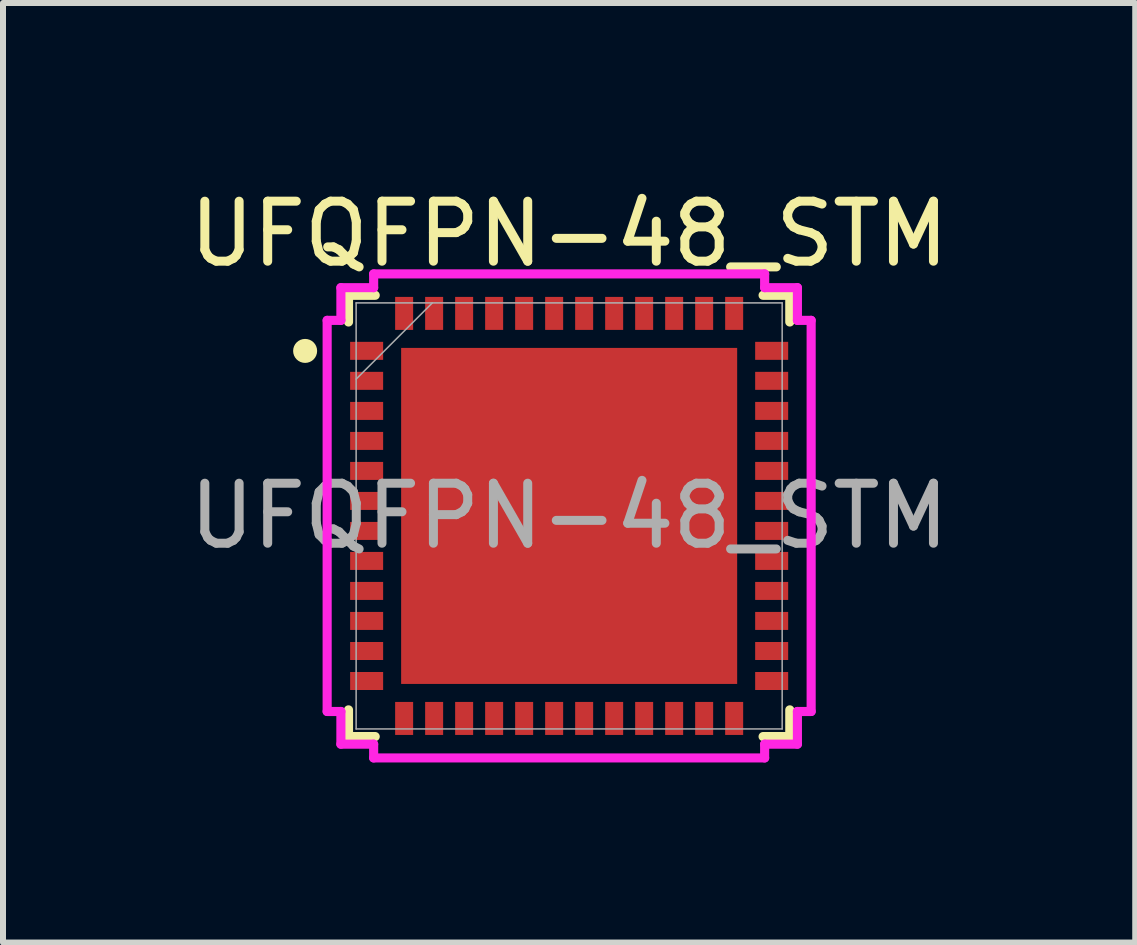
<source format=kicad_pcb>
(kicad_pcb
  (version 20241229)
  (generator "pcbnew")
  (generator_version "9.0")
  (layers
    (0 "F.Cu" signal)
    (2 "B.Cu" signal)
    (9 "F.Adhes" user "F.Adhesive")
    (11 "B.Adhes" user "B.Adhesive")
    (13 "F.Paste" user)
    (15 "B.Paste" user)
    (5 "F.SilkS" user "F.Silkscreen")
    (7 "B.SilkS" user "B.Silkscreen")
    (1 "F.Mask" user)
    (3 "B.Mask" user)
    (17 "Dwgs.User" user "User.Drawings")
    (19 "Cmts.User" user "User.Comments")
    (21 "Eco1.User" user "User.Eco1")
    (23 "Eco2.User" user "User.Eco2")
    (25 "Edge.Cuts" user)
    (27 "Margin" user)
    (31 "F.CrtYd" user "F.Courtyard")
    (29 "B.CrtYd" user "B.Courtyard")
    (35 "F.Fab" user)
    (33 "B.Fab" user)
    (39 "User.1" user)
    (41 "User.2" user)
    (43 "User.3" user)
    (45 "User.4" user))
  (footprint "UFQFPN-48_STM"
    (layer "F.Cu")
    (at 6.435 5.548)
    (property "Reference" "UFQFPN-48_STM" (at 0 -4.7 0) (unlocked yes) (layer "F.SilkS") (effects (font (size 1 1) (thickness 0.15))))
    (attr smd)
    (fp_line (start -3.677 -3.677) (end -3.677 -3.232) (stroke (width 0.152) (type solid)) (layer "F.SilkS"))
    (fp_line (start -3.677 3.232) (end -3.677 3.677) (stroke (width 0.152) (type solid)) (layer "F.SilkS"))
    (fp_line (start -3.677 3.677) (end -3.232 3.677) (stroke (width 0.152) (type solid)) (layer "F.SilkS"))
    (fp_line (start -3.232 -3.677) (end -3.677 -3.677) (stroke (width 0.152) (type solid)) (layer "F.SilkS"))
    (fp_line (start 3.232 3.677) (end 3.677 3.677) (stroke (width 0.152) (type solid)) (layer "F.SilkS"))
    (fp_line (start 3.677 -3.677) (end 3.232 -3.677) (stroke (width 0.152) (type solid)) (layer "F.SilkS"))
    (fp_line (start 3.677 -3.232) (end 3.677 -3.677) (stroke (width 0.152) (type solid)) (layer "F.SilkS"))
    (fp_line (start 3.677 3.677) (end 3.677 3.232) (stroke (width 0.152) (type solid)) (layer "F.SilkS"))
    (fp_circle (center -4.4 -2.75) (end -4.3 -2.75) (stroke (width 0.2) (type solid)) (fill no) (layer "F.SilkS"))
    (fp_poly (pts (xy -2.7 -2.7) (xy -2.7 -1.5) (xy -1.5 -1.5) (xy -1.5 -2.7)) (stroke (width 0) (type solid)) (fill yes) (layer "F.Paste"))
    (fp_poly (pts (xy -2.7 -1.3) (xy -2.7 -0.1) (xy -1.5 -0.1) (xy -1.5 -1.3)) (stroke (width 0) (type solid)) (fill yes) (layer "F.Paste"))
    (fp_poly (pts (xy -2.7 0.1) (xy -2.7 1.3) (xy -1.5 1.3) (xy -1.5 0.1)) (stroke (width 0) (type solid)) (fill yes) (layer "F.Paste"))
    (fp_poly (pts (xy -2.7 1.5) (xy -2.7 2.7) (xy -1.5 2.7) (xy -1.5 1.5)) (stroke (width 0) (type solid)) (fill yes) (layer "F.Paste"))
    (fp_poly (pts (xy -1.3 -2.7) (xy -1.3 -1.5) (xy -0.1 -1.5) (xy -0.1 -2.7)) (stroke (width 0) (type solid)) (fill yes) (layer "F.Paste"))
    (fp_poly (pts (xy -1.3 -1.3) (xy -1.3 -0.1) (xy -0.1 -0.1) (xy -0.1 -1.3)) (stroke (width 0) (type solid)) (fill yes) (layer "F.Paste"))
    (fp_poly (pts (xy -1.3 0.1) (xy -1.3 1.3) (xy -0.1 1.3) (xy -0.1 0.1)) (stroke (width 0) (type solid)) (fill yes) (layer "F.Paste"))
    (fp_poly (pts (xy -1.3 1.5) (xy -1.3 2.7) (xy -0.1 2.7) (xy -0.1 1.5)) (stroke (width 0) (type solid)) (fill yes) (layer "F.Paste"))
    (fp_poly (pts (xy 0.1 -2.7) (xy 0.1 -1.5) (xy 1.3 -1.5) (xy 1.3 -2.7)) (stroke (width 0) (type solid)) (fill yes) (layer "F.Paste"))
    (fp_poly (pts (xy 0.1 -1.3) (xy 0.1 -0.1) (xy 1.3 -0.1) (xy 1.3 -1.3)) (stroke (width 0) (type solid)) (fill yes) (layer "F.Paste"))
    (fp_poly (pts (xy 0.1 0.1) (xy 0.1 1.3) (xy 1.3 1.3) (xy 1.3 0.1)) (stroke (width 0) (type solid)) (fill yes) (layer "F.Paste"))
    (fp_poly (pts (xy 0.1 1.5) (xy 0.1 2.7) (xy 1.3 2.7) (xy 1.3 1.5)) (stroke (width 0) (type solid)) (fill yes) (layer "F.Paste"))
    (fp_poly (pts (xy 1.5 -2.7) (xy 1.5 -1.5) (xy 2.7 -1.5) (xy 2.7 -2.7)) (stroke (width 0) (type solid)) (fill yes) (layer "F.Paste"))
    (fp_poly (pts (xy 1.5 -1.3) (xy 1.5 -0.1) (xy 2.7 -0.1) (xy 2.7 -1.3)) (stroke (width 0) (type solid)) (fill yes) (layer "F.Paste"))
    (fp_poly (pts (xy 1.5 0.1) (xy 1.5 1.3) (xy 2.7 1.3) (xy 2.7 0.1)) (stroke (width 0) (type solid)) (fill yes) (layer "F.Paste"))
    (fp_poly (pts (xy 1.5 1.5) (xy 1.5 2.7) (xy 2.7 2.7) (xy 2.7 1.5)) (stroke (width 0) (type solid)) (fill yes) (layer "F.Paste"))
    (fp_line (start -4.033 -3.259) (end -3.804 -3.259) (stroke (width 0.152) (type solid)) (layer "F.CrtYd"))
    (fp_line (start -4.033 3.259) (end -4.033 -3.259) (stroke (width 0.152) (type solid)) (layer "F.CrtYd"))
    (fp_line (start -3.804 -3.804) (end -3.258 -3.804) (stroke (width 0.152) (type solid)) (layer "F.CrtYd"))
    (fp_line (start -3.804 -3.259) (end -3.804 -3.804) (stroke (width 0.152) (type solid)) (layer "F.CrtYd"))
    (fp_line (start -3.804 3.259) (end -4.033 3.259) (stroke (width 0.152) (type solid)) (layer "F.CrtYd"))
    (fp_line (start -3.804 3.804) (end -3.804 3.259) (stroke (width 0.152) (type solid)) (layer "F.CrtYd"))
    (fp_line (start -3.258 -4.033) (end 3.258 -4.033) (stroke (width 0.152) (type solid)) (layer "F.CrtYd"))
    (fp_line (start -3.258 -3.804) (end -3.258 -4.033) (stroke (width 0.152) (type solid)) (layer "F.CrtYd"))
    (fp_line (start -3.258 3.804) (end -3.804 3.804) (stroke (width 0.152) (type solid)) (layer "F.CrtYd"))
    (fp_line (start -3.258 4.033) (end -3.258 3.804) (stroke (width 0.152) (type solid)) (layer "F.CrtYd"))
    (fp_line (start 3.258 -4.033) (end 3.258 -3.804) (stroke (width 0.152) (type solid)) (layer "F.CrtYd"))
    (fp_line (start 3.258 -3.804) (end 3.804 -3.804) (stroke (width 0.152) (type solid)) (layer "F.CrtYd"))
    (fp_line (start 3.258 3.804) (end 3.258 4.033) (stroke (width 0.152) (type solid)) (layer "F.CrtYd"))
    (fp_line (start 3.258 4.033) (end -3.258 4.033) (stroke (width 0.152) (type solid)) (layer "F.CrtYd"))
    (fp_line (start 3.804 -3.804) (end 3.804 -3.259) (stroke (width 0.152) (type solid)) (layer "F.CrtYd"))
    (fp_line (start 3.804 -3.259) (end 4.033 -3.259) (stroke (width 0.152) (type solid)) (layer "F.CrtYd"))
    (fp_line (start 3.804 3.259) (end 3.804 3.804) (stroke (width 0.152) (type solid)) (layer "F.CrtYd"))
    (fp_line (start 3.804 3.804) (end 3.258 3.804) (stroke (width 0.152) (type solid)) (layer "F.CrtYd"))
    (fp_line (start 4.033 -3.259) (end 4.033 3.259) (stroke (width 0.152) (type solid)) (layer "F.CrtYd"))
    (fp_line (start 4.033 3.259) (end 3.804 3.259) (stroke (width 0.152) (type solid)) (layer "F.CrtYd"))
    (fp_line (start -3.55 -3.55) (end -3.55 3.55) (stroke (width 0.025) (type solid)) (layer "F.Fab"))
    (fp_line (start -3.55 -2.28) (end -2.28 -3.55) (stroke (width 0.025) (type solid)) (layer "F.Fab"))
    (fp_line (start -3.55 3.55) (end 3.55 3.55) (stroke (width 0.025) (type solid)) (layer "F.Fab"))
    (fp_line (start 3.55 -3.55) (end -3.55 -3.55) (stroke (width 0.025) (type solid)) (layer "F.Fab"))
    (fp_line (start 3.55 3.55) (end 3.55 -3.55) (stroke (width 0.025) (type solid)) (layer "F.Fab"))
    (fp_text user "${REFERENCE}" (at 0 0 0) (unlocked yes) (layer "F.Fab") (effects (font (size 1 1) (thickness 0.15))))
    (pad "1" smd rect (at -3.375 -2.751 90) (size 0.3 0.55) (layers "F.Cu" "F.Mask" "F.Paste"))
    (pad "2" smd rect (at -3.375 -2.251 90) (size 0.3 0.55) (layers "F.Cu" "F.Mask" "F.Paste"))
    (pad "3" smd rect (at -3.375 -1.75 90) (size 0.3 0.55) (layers "F.Cu" "F.Mask" "F.Paste"))
    (pad "4" smd rect (at -3.375 -1.25 90) (size 0.3 0.55) (layers "F.Cu" "F.Mask" "F.Paste"))
    (pad "5" smd rect (at -3.375 -0.75 90) (size 0.3 0.55) (layers "F.Cu" "F.Mask" "F.Paste"))
    (pad "6" smd rect (at -3.375 -0.25 90) (size 0.3 0.55) (layers "F.Cu" "F.Mask" "F.Paste"))
    (pad "7" smd rect (at -3.375 0.25 90) (size 0.3 0.55) (layers "F.Cu" "F.Mask" "F.Paste"))
    (pad "8" smd rect (at -3.375 0.75 90) (size 0.3 0.55) (layers "F.Cu" "F.Mask" "F.Paste"))
    (pad "9" smd rect (at -3.375 1.25 90) (size 0.3 0.55) (layers "F.Cu" "F.Mask" "F.Paste"))
    (pad "10" smd rect (at -3.375 1.75 90) (size 0.3 0.55) (layers "F.Cu" "F.Mask" "F.Paste"))
    (pad "11" smd rect (at -3.375 2.251 90) (size 0.3 0.55) (layers "F.Cu" "F.Mask" "F.Paste"))
    (pad "12" smd rect (at -3.375 2.751 90) (size 0.3 0.55) (layers "F.Cu" "F.Mask" "F.Paste"))
    (pad "13" smd rect (at -2.75 3.375) (size 0.3 0.55) (layers "F.Cu" "F.Mask" "F.Paste"))
    (pad "14" smd rect (at -2.25 3.375) (size 0.3 0.55) (layers "F.Cu" "F.Mask" "F.Paste"))
    (pad "15" smd rect (at -1.75 3.375) (size 0.3 0.55) (layers "F.Cu" "F.Mask" "F.Paste"))
    (pad "16" smd rect (at -1.25 3.375) (size 0.3 0.55) (layers "F.Cu" "F.Mask" "F.Paste"))
    (pad "17" smd rect (at -0.75 3.375) (size 0.3 0.55) (layers "F.Cu" "F.Mask" "F.Paste"))
    (pad "18" smd rect (at -0.25 3.375) (size 0.3 0.55) (layers "F.Cu" "F.Mask" "F.Paste"))
    (pad "19" smd rect (at 0.25 3.375) (size 0.3 0.55) (layers "F.Cu" "F.Mask" "F.Paste"))
    (pad "20" smd rect (at 0.75 3.375) (size 0.3 0.55) (layers "F.Cu" "F.Mask" "F.Paste"))
    (pad "21" smd rect (at 1.25 3.375) (size 0.3 0.55) (layers "F.Cu" "F.Mask" "F.Paste"))
    (pad "22" smd rect (at 1.75 3.375) (size 0.3 0.55) (layers "F.Cu" "F.Mask" "F.Paste"))
    (pad "23" smd rect (at 2.25 3.375) (size 0.3 0.55) (layers "F.Cu" "F.Mask" "F.Paste"))
    (pad "24" smd rect (at 2.75 3.375) (size 0.3 0.55) (layers "F.Cu" "F.Mask" "F.Paste"))
    (pad "25" smd rect (at 3.375 2.751 90) (size 0.3 0.55) (layers "F.Cu" "F.Mask" "F.Paste"))
    (pad "26" smd rect (at 3.375 2.251 90) (size 0.3 0.55) (layers "F.Cu" "F.Mask" "F.Paste"))
    (pad "27" smd rect (at 3.375 1.75 90) (size 0.3 0.55) (layers "F.Cu" "F.Mask" "F.Paste"))
    (pad "28" smd rect (at 3.375 1.25 90) (size 0.3 0.55) (layers "F.Cu" "F.Mask" "F.Paste"))
    (pad "29" smd rect (at 3.375 0.75 90) (size 0.3 0.55) (layers "F.Cu" "F.Mask" "F.Paste"))
    (pad "30" smd rect (at 3.375 0.25 90) (size 0.3 0.55) (layers "F.Cu" "F.Mask" "F.Paste"))
    (pad "31" smd rect (at 3.375 -0.25 90) (size 0.3 0.55) (layers "F.Cu" "F.Mask" "F.Paste"))
    (pad "32" smd rect (at 3.375 -0.75 90) (size 0.3 0.55) (layers "F.Cu" "F.Mask" "F.Paste"))
    (pad "33" smd rect (at 3.375 -1.25 90) (size 0.3 0.55) (layers "F.Cu" "F.Mask" "F.Paste"))
    (pad "34" smd rect (at 3.375 -1.75 90) (size 0.3 0.55) (layers "F.Cu" "F.Mask" "F.Paste"))
    (pad "35" smd rect (at 3.375 -2.251 90) (size 0.3 0.55) (layers "F.Cu" "F.Mask" "F.Paste"))
    (pad "36" smd rect (at 3.375 -2.751 90) (size 0.3 0.55) (layers "F.Cu" "F.Mask" "F.Paste"))
    (pad "37" smd rect (at 2.75 -3.375) (size 0.3 0.55) (layers "F.Cu" "F.Mask" "F.Paste"))
    (pad "38" smd rect (at 2.25 -3.375) (size 0.3 0.55) (layers "F.Cu" "F.Mask" "F.Paste"))
    (pad "39" smd rect (at 1.75 -3.375) (size 0.3 0.55) (layers "F.Cu" "F.Mask" "F.Paste"))
    (pad "40" smd rect (at 1.25 -3.375) (size 0.3 0.55) (layers "F.Cu" "F.Mask" "F.Paste"))
    (pad "41" smd rect (at 0.75 -3.375) (size 0.3 0.55) (layers "F.Cu" "F.Mask" "F.Paste"))
    (pad "42" smd rect (at 0.25 -3.375) (size 0.3 0.55) (layers "F.Cu" "F.Mask" "F.Paste"))
    (pad "43" smd rect (at -0.25 -3.375) (size 0.3 0.55) (layers "F.Cu" "F.Mask" "F.Paste"))
    (pad "44" smd rect (at -0.75 -3.375) (size 0.3 0.55) (layers "F.Cu" "F.Mask" "F.Paste"))
    (pad "45" smd rect (at -1.25 -3.375) (size 0.3 0.55) (layers "F.Cu" "F.Mask" "F.Paste"))
    (pad "46" smd rect (at -1.75 -3.375) (size 0.3 0.55) (layers "F.Cu" "F.Mask" "F.Paste"))
    (pad "47" smd rect (at -2.25 -3.375) (size 0.3 0.55) (layers "F.Cu" "F.Mask" "F.Paste"))
    (pad "48" smd rect (at -2.75 -3.375) (size 0.3 0.55) (layers "F.Cu" "F.Mask" "F.Paste"))
    (pad "49" smd rect (at 0 0) (size 5.6 5.6) (layers "F.Cu" "F.Mask")))
  (gr_rect
    (start -3 -3)
    (end 15.869 12.657)
    (stroke (width 0.1) (type default))
    (fill no)
    (layer "Edge.Cuts")))
</source>
